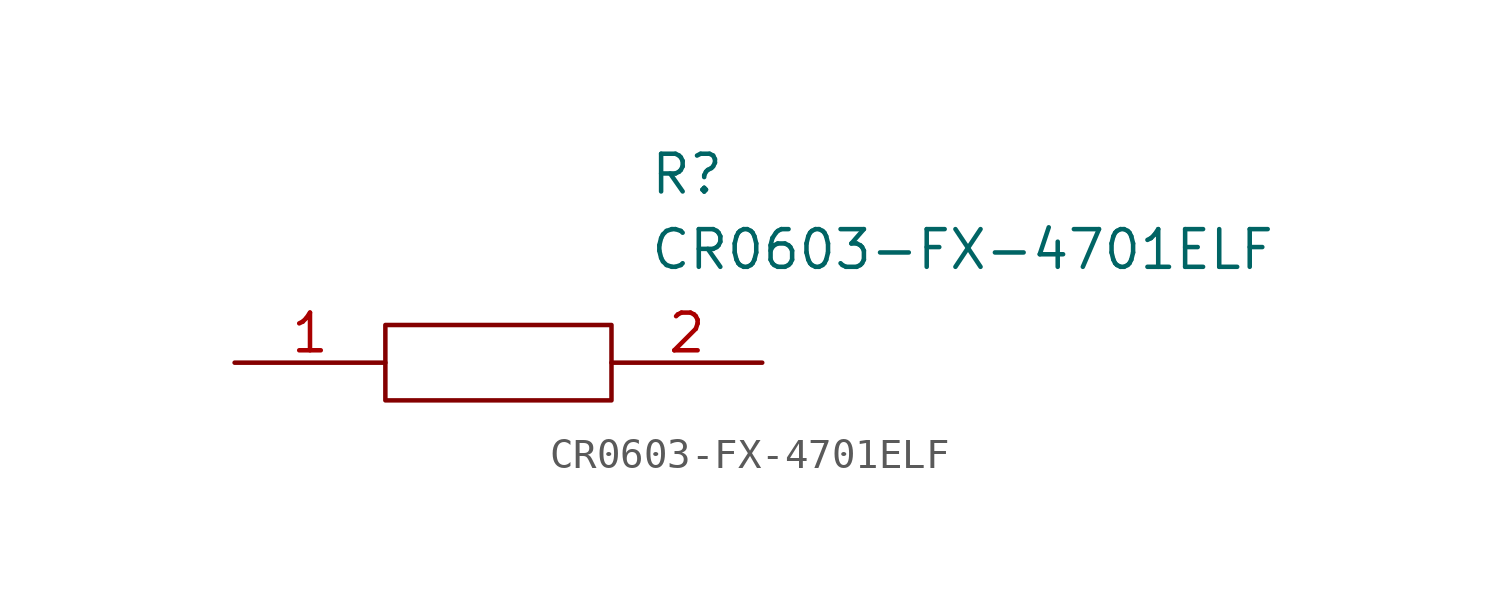
<source format=kicad_sym>
(kicad_symbol_lib
  (version 20211014)
  (generator kicad_symbol_editor)
  (symbol "CR0603-FX-4701ELF"
    (pin_names
      (offset 0.762))
    (property "Reference" "R"
      (at 13.97 6.35 0)
      (effects (font (size 1.27 1.27)) (justify left)))
    (property "Value" "CR0603-FX-4701ELF"
      (at 13.97 3.81 0)
      (effects (font (size 1.27 1.27)) (justify left)))
    (symbol "CR0603-FX-4701ELF_0_0"
      (pin passive line (at 0 0 0) (length 5.08) (name "~" (effects (font (size 1.27 1.27)))) (number "1" (effects (font (size 1.27 1.27)))))
      (pin passive line (at 17.78 0 180) (length 5.08) (name "~" (effects (font (size 1.27 1.27)))) (number "2" (effects (font (size 1.27 1.27))))))
    (symbol "CR0603-FX-4701ELF_0_1"
      (polyline (pts (xy 5.08 1.27) (xy 12.7 1.27) (xy 12.7 -1.27) (xy 5.08 -1.27) (xy 5.08 1.27)) (stroke (width 0.152) (type default) (color 0 0 0 0)) (fill (type none))))))
</source>
